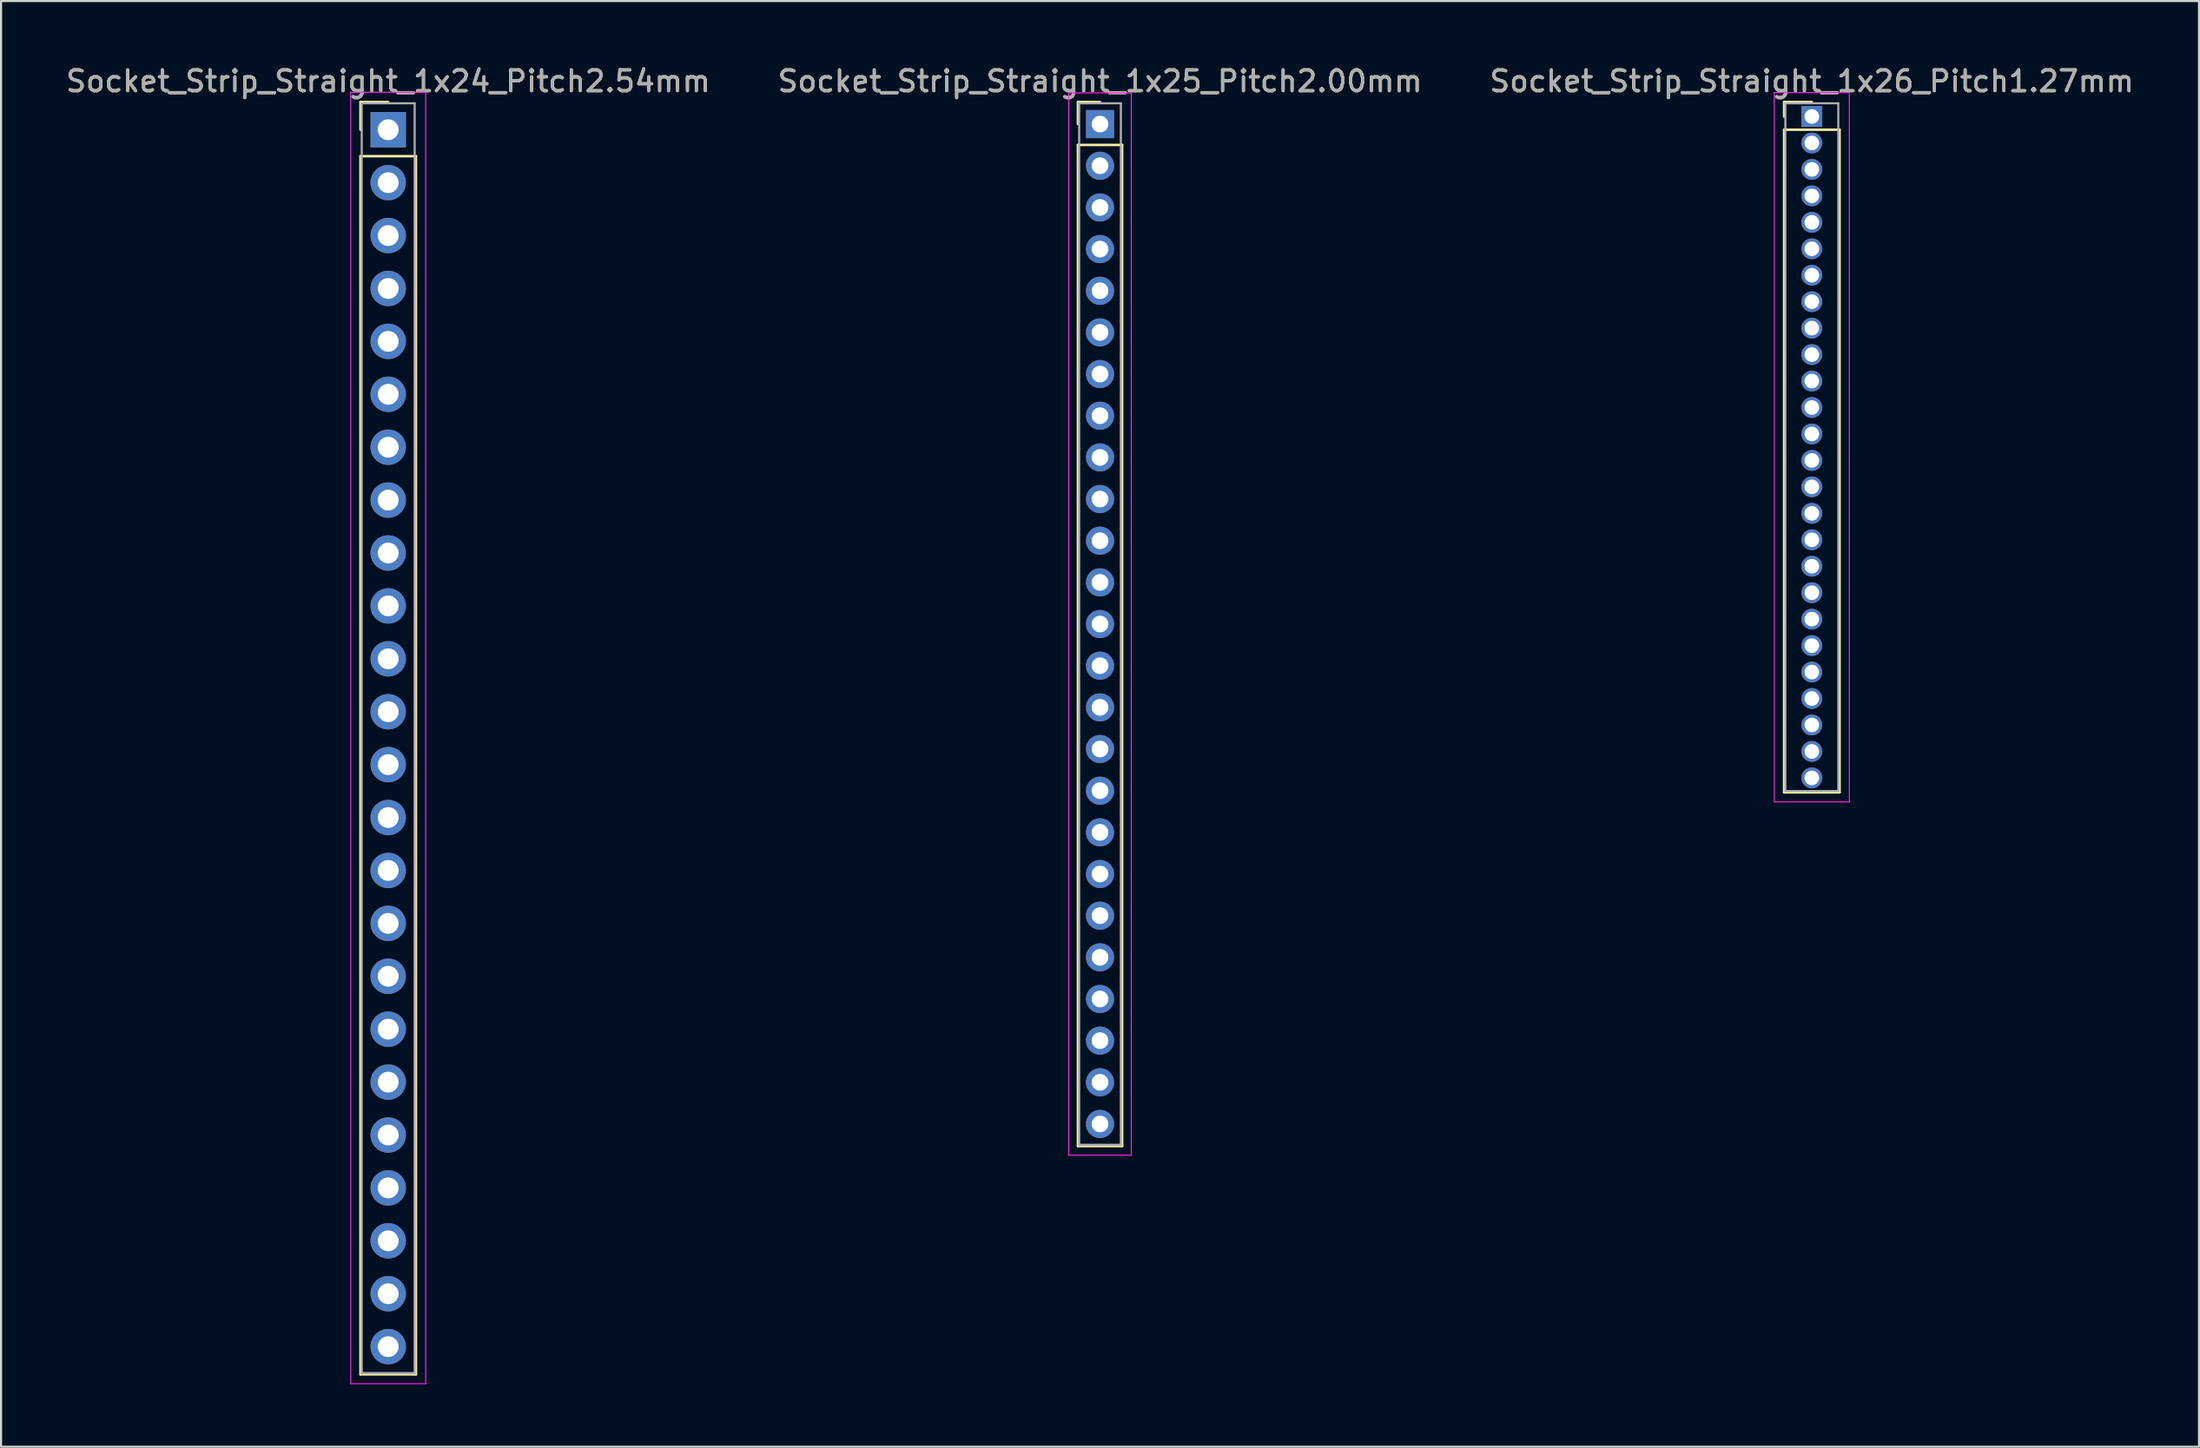
<source format=kicad_pcb>
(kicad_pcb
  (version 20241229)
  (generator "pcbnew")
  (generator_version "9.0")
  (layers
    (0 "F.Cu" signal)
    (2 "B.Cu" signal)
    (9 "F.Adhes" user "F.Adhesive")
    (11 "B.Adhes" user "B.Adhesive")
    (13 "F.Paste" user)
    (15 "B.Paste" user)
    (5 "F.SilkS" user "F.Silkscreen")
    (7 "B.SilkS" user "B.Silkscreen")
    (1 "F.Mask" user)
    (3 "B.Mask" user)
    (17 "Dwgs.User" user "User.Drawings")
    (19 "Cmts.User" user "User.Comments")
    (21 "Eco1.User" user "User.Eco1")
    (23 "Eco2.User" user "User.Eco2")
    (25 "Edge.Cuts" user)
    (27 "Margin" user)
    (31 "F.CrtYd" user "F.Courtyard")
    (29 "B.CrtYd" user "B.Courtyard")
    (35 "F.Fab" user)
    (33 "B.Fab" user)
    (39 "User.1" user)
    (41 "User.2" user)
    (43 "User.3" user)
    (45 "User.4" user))
  (footprint "Socket_Strip_Straight_1x25_Pitch2.00mm"
    (layer "F.Cu")
    (at 49.732 2.908)
    (property "Reference" "Socket_Strip_Straight_1x25_Pitch2.00mm" (at 0 -2.06 0) (layer "F.SilkS") (effects (font (size 1 1) (thickness 0.15))))
    (attr through_hole)
    (fp_line (start -1.06 -1.06) (end 0 -1.06) (stroke (width 0.12) (type solid)) (layer "F.SilkS"))
    (fp_line (start -1.06 0) (end -1.06 -1.06) (stroke (width 0.12) (type solid)) (layer "F.SilkS"))
    (fp_line (start -1.06 1) (end -1.06 49.06) (stroke (width 0.12) (type solid)) (layer "F.SilkS"))
    (fp_line (start -1.06 49.06) (end 1.06 49.06) (stroke (width 0.12) (type solid)) (layer "F.SilkS"))
    (fp_line (start 1.06 1) (end -1.06 1) (stroke (width 0.12) (type solid)) (layer "F.SilkS"))
    (fp_line (start 1.06 49.06) (end 1.06 1) (stroke (width 0.12) (type solid)) (layer "F.SilkS"))
    (fp_line (start -1.5 -1.5) (end -1.5 49.5) (stroke (width 0.05) (type solid)) (layer "F.CrtYd"))
    (fp_line (start -1.5 49.5) (end 1.5 49.5) (stroke (width 0.05) (type solid)) (layer "F.CrtYd"))
    (fp_line (start 1.5 -1.5) (end -1.5 -1.5) (stroke (width 0.05) (type solid)) (layer "F.CrtYd"))
    (fp_line (start 1.5 49.5) (end 1.5 -1.5) (stroke (width 0.05) (type solid)) (layer "F.CrtYd"))
    (fp_line (start -1 -1) (end -1 49) (stroke (width 0.1) (type solid)) (layer "F.Fab"))
    (fp_line (start -1 49) (end 1 49) (stroke (width 0.1) (type solid)) (layer "F.Fab"))
    (fp_line (start 1 -1) (end -1 -1) (stroke (width 0.1) (type solid)) (layer "F.Fab"))
    (fp_line (start 1 49) (end 1 -1) (stroke (width 0.1) (type solid)) (layer "F.Fab"))
    (fp_text user "${REFERENCE}" (at 0 -2.06 0) (layer "F.Fab") (effects (font (size 1 1) (thickness 0.15))))
    (pad "1" thru_hole rect (at 0 0) (size 1.35 1.35) (drill 0.8) (layers "*.Cu" "*.Mask"))
    (pad "2" thru_hole oval (at 0 2) (size 1.35 1.35) (drill 0.8) (layers "*.Cu" "*.Mask"))
    (pad "3" thru_hole oval (at 0 4) (size 1.35 1.35) (drill 0.8) (layers "*.Cu" "*.Mask"))
    (pad "4" thru_hole oval (at 0 6) (size 1.35 1.35) (drill 0.8) (layers "*.Cu" "*.Mask"))
    (pad "5" thru_hole oval (at 0 8) (size 1.35 1.35) (drill 0.8) (layers "*.Cu" "*.Mask"))
    (pad "6" thru_hole oval (at 0 10) (size 1.35 1.35) (drill 0.8) (layers "*.Cu" "*.Mask"))
    (pad "7" thru_hole oval (at 0 12) (size 1.35 1.35) (drill 0.8) (layers "*.Cu" "*.Mask"))
    (pad "8" thru_hole oval (at 0 14) (size 1.35 1.35) (drill 0.8) (layers "*.Cu" "*.Mask"))
    (pad "9" thru_hole oval (at 0 16) (size 1.35 1.35) (drill 0.8) (layers "*.Cu" "*.Mask"))
    (pad "10" thru_hole oval (at 0 18) (size 1.35 1.35) (drill 0.8) (layers "*.Cu" "*.Mask"))
    (pad "11" thru_hole oval (at 0 20) (size 1.35 1.35) (drill 0.8) (layers "*.Cu" "*.Mask"))
    (pad "12" thru_hole oval (at 0 22) (size 1.35 1.35) (drill 0.8) (layers "*.Cu" "*.Mask"))
    (pad "13" thru_hole oval (at 0 24) (size 1.35 1.35) (drill 0.8) (layers "*.Cu" "*.Mask"))
    (pad "14" thru_hole oval (at 0 26) (size 1.35 1.35) (drill 0.8) (layers "*.Cu" "*.Mask"))
    (pad "15" thru_hole oval (at 0 28) (size 1.35 1.35) (drill 0.8) (layers "*.Cu" "*.Mask"))
    (pad "16" thru_hole oval (at 0 30) (size 1.35 1.35) (drill 0.8) (layers "*.Cu" "*.Mask"))
    (pad "17" thru_hole oval (at 0 32) (size 1.35 1.35) (drill 0.8) (layers "*.Cu" "*.Mask"))
    (pad "18" thru_hole oval (at 0 34) (size 1.35 1.35) (drill 0.8) (layers "*.Cu" "*.Mask"))
    (pad "19" thru_hole oval (at 0 36) (size 1.35 1.35) (drill 0.8) (layers "*.Cu" "*.Mask"))
    (pad "20" thru_hole oval (at 0 38) (size 1.35 1.35) (drill 0.8) (layers "*.Cu" "*.Mask"))
    (pad "21" thru_hole oval (at 0 40) (size 1.35 1.35) (drill 0.8) (layers "*.Cu" "*.Mask"))
    (pad "22" thru_hole oval (at 0 42) (size 1.35 1.35) (drill 0.8) (layers "*.Cu" "*.Mask"))
    (pad "23" thru_hole oval (at 0 44) (size 1.35 1.35) (drill 0.8) (layers "*.Cu" "*.Mask"))
    (pad "24" thru_hole oval (at 0 46) (size 1.35 1.35) (drill 0.8) (layers "*.Cu" "*.Mask"))
    (pad "25" thru_hole oval (at 0 48) (size 1.35 1.35) (drill 0.8) (layers "*.Cu" "*.Mask")))
  (footprint "Socket_Strip_Straight_1x24_Pitch2.54mm"
    (layer "F.Cu")
    (at 15.577 3.178)
    (property "Reference" "Socket_Strip_Straight_1x24_Pitch2.54mm" (at 0 -2.33 0) (layer "F.SilkS") (effects (font (size 1 1) (thickness 0.15))))
    (attr through_hole)
    (fp_line (start -1.33 -1.33) (end 0 -1.33) (stroke (width 0.12) (type solid)) (layer "F.SilkS"))
    (fp_line (start -1.33 0) (end -1.33 -1.33) (stroke (width 0.12) (type solid)) (layer "F.SilkS"))
    (fp_line (start -1.33 1.27) (end -1.33 59.75) (stroke (width 0.12) (type solid)) (layer "F.SilkS"))
    (fp_line (start -1.33 59.75) (end 1.33 59.75) (stroke (width 0.12) (type solid)) (layer "F.SilkS"))
    (fp_line (start 1.33 1.27) (end -1.33 1.27) (stroke (width 0.12) (type solid)) (layer "F.SilkS"))
    (fp_line (start 1.33 59.75) (end 1.33 1.27) (stroke (width 0.12) (type solid)) (layer "F.SilkS"))
    (fp_line (start -1.8 -1.8) (end -1.8 60.2) (stroke (width 0.05) (type solid)) (layer "F.CrtYd"))
    (fp_line (start -1.8 60.2) (end 1.8 60.2) (stroke (width 0.05) (type solid)) (layer "F.CrtYd"))
    (fp_line (start 1.8 -1.8) (end -1.8 -1.8) (stroke (width 0.05) (type solid)) (layer "F.CrtYd"))
    (fp_line (start 1.8 60.2) (end 1.8 -1.8) (stroke (width 0.05) (type solid)) (layer "F.CrtYd"))
    (fp_line (start -1.27 -1.27) (end -1.27 59.69) (stroke (width 0.1) (type solid)) (layer "F.Fab"))
    (fp_line (start -1.27 59.69) (end 1.27 59.69) (stroke (width 0.1) (type solid)) (layer "F.Fab"))
    (fp_line (start 1.27 -1.27) (end -1.27 -1.27) (stroke (width 0.1) (type solid)) (layer "F.Fab"))
    (fp_line (start 1.27 59.69) (end 1.27 -1.27) (stroke (width 0.1) (type solid)) (layer "F.Fab"))
    (fp_text user "${REFERENCE}" (at 0 -2.33 0) (layer "F.Fab") (effects (font (size 1 1) (thickness 0.15))))
    (pad "1" thru_hole rect (at 0 0) (size 1.7 1.7) (drill 1) (layers "*.Cu" "*.Mask"))
    (pad "2" thru_hole oval (at 0 2.54) (size 1.7 1.7) (drill 1) (layers "*.Cu" "*.Mask"))
    (pad "3" thru_hole oval (at 0 5.08) (size 1.7 1.7) (drill 1) (layers "*.Cu" "*.Mask"))
    (pad "4" thru_hole oval (at 0 7.62) (size 1.7 1.7) (drill 1) (layers "*.Cu" "*.Mask"))
    (pad "5" thru_hole oval (at 0 10.16) (size 1.7 1.7) (drill 1) (layers "*.Cu" "*.Mask"))
    (pad "6" thru_hole oval (at 0 12.7) (size 1.7 1.7) (drill 1) (layers "*.Cu" "*.Mask"))
    (pad "7" thru_hole oval (at 0 15.24) (size 1.7 1.7) (drill 1) (layers "*.Cu" "*.Mask"))
    (pad "8" thru_hole oval (at 0 17.78) (size 1.7 1.7) (drill 1) (layers "*.Cu" "*.Mask"))
    (pad "9" thru_hole oval (at 0 20.32) (size 1.7 1.7) (drill 1) (layers "*.Cu" "*.Mask"))
    (pad "10" thru_hole oval (at 0 22.86) (size 1.7 1.7) (drill 1) (layers "*.Cu" "*.Mask"))
    (pad "11" thru_hole oval (at 0 25.4) (size 1.7 1.7) (drill 1) (layers "*.Cu" "*.Mask"))
    (pad "12" thru_hole oval (at 0 27.94) (size 1.7 1.7) (drill 1) (layers "*.Cu" "*.Mask"))
    (pad "13" thru_hole oval (at 0 30.48) (size 1.7 1.7) (drill 1) (layers "*.Cu" "*.Mask"))
    (pad "14" thru_hole oval (at 0 33.02) (size 1.7 1.7) (drill 1) (layers "*.Cu" "*.Mask"))
    (pad "15" thru_hole oval (at 0 35.56) (size 1.7 1.7) (drill 1) (layers "*.Cu" "*.Mask"))
    (pad "16" thru_hole oval (at 0 38.1) (size 1.7 1.7) (drill 1) (layers "*.Cu" "*.Mask"))
    (pad "17" thru_hole oval (at 0 40.64) (size 1.7 1.7) (drill 1) (layers "*.Cu" "*.Mask"))
    (pad "18" thru_hole oval (at 0 43.18) (size 1.7 1.7) (drill 1) (layers "*.Cu" "*.Mask"))
    (pad "19" thru_hole oval (at 0 45.72) (size 1.7 1.7) (drill 1) (layers "*.Cu" "*.Mask"))
    (pad "20" thru_hole oval (at 0 48.26) (size 1.7 1.7) (drill 1) (layers "*.Cu" "*.Mask"))
    (pad "21" thru_hole oval (at 0 50.8) (size 1.7 1.7) (drill 1) (layers "*.Cu" "*.Mask"))
    (pad "22" thru_hole oval (at 0 53.34) (size 1.7 1.7) (drill 1) (layers "*.Cu" "*.Mask"))
    (pad "23" thru_hole oval (at 0 55.88) (size 1.7 1.7) (drill 1) (layers "*.Cu" "*.Mask"))
    (pad "24" thru_hole oval (at 0 58.42) (size 1.7 1.7) (drill 1) (layers "*.Cu" "*.Mask")))
  (footprint "Socket_Strip_Straight_1x26_Pitch1.27mm"
    (layer "F.Cu")
    (at 83.887 2.543)
    (property "Reference" "Socket_Strip_Straight_1x26_Pitch1.27mm" (at 0 -1.695 0) (layer "F.SilkS") (effects (font (size 1 1) (thickness 0.15))))
    (attr through_hole)
    (fp_line (start -1.33 -0.695) (end 0 -0.695) (stroke (width 0.12) (type solid)) (layer "F.SilkS"))
    (fp_line (start -1.33 0) (end -1.33 -0.695) (stroke (width 0.12) (type solid)) (layer "F.SilkS"))
    (fp_line (start -1.33 0.635) (end -1.33 32.445) (stroke (width 0.12) (type solid)) (layer "F.SilkS"))
    (fp_line (start -1.33 32.445) (end 1.33 32.445) (stroke (width 0.12) (type solid)) (layer "F.SilkS"))
    (fp_line (start 1.33 0.635) (end -1.33 0.635) (stroke (width 0.12) (type solid)) (layer "F.SilkS"))
    (fp_line (start 1.33 32.445) (end 1.33 0.635) (stroke (width 0.12) (type solid)) (layer "F.SilkS"))
    (fp_line (start -1.8 -1.15) (end -1.8 32.9) (stroke (width 0.05) (type solid)) (layer "F.CrtYd"))
    (fp_line (start -1.8 32.9) (end 1.8 32.9) (stroke (width 0.05) (type solid)) (layer "F.CrtYd"))
    (fp_line (start 1.8 -1.15) (end -1.8 -1.15) (stroke (width 0.05) (type solid)) (layer "F.CrtYd"))
    (fp_line (start 1.8 32.9) (end 1.8 -1.15) (stroke (width 0.05) (type solid)) (layer "F.CrtYd"))
    (fp_line (start -1.27 -0.635) (end -1.27 32.385) (stroke (width 0.1) (type solid)) (layer "F.Fab"))
    (fp_line (start -1.27 32.385) (end 1.27 32.385) (stroke (width 0.1) (type solid)) (layer "F.Fab"))
    (fp_line (start 1.27 -0.635) (end -1.27 -0.635) (stroke (width 0.1) (type solid)) (layer "F.Fab"))
    (fp_line (start 1.27 32.385) (end 1.27 -0.635) (stroke (width 0.1) (type solid)) (layer "F.Fab"))
    (fp_text user "${REFERENCE}" (at 0 -1.695 0) (layer "F.Fab") (effects (font (size 1 1) (thickness 0.15))))
    (pad "1" thru_hole rect (at 0 0) (size 1 1) (drill 0.7) (layers "*.Cu" "*.Mask"))
    (pad "2" thru_hole oval (at 0 1.27) (size 1 1) (drill 0.7) (layers "*.Cu" "*.Mask"))
    (pad "3" thru_hole oval (at 0 2.54) (size 1 1) (drill 0.7) (layers "*.Cu" "*.Mask"))
    (pad "4" thru_hole oval (at 0 3.81) (size 1 1) (drill 0.7) (layers "*.Cu" "*.Mask"))
    (pad "5" thru_hole oval (at 0 5.08) (size 1 1) (drill 0.7) (layers "*.Cu" "*.Mask"))
    (pad "6" thru_hole oval (at 0 6.35) (size 1 1) (drill 0.7) (layers "*.Cu" "*.Mask"))
    (pad "7" thru_hole oval (at 0 7.62) (size 1 1) (drill 0.7) (layers "*.Cu" "*.Mask"))
    (pad "8" thru_hole oval (at 0 8.89) (size 1 1) (drill 0.7) (layers "*.Cu" "*.Mask"))
    (pad "9" thru_hole oval (at 0 10.16) (size 1 1) (drill 0.7) (layers "*.Cu" "*.Mask"))
    (pad "10" thru_hole oval (at 0 11.43) (size 1 1) (drill 0.7) (layers "*.Cu" "*.Mask"))
    (pad "11" thru_hole oval (at 0 12.7) (size 1 1) (drill 0.7) (layers "*.Cu" "*.Mask"))
    (pad "12" thru_hole oval (at 0 13.97) (size 1 1) (drill 0.7) (layers "*.Cu" "*.Mask"))
    (pad "13" thru_hole oval (at 0 15.24) (size 1 1) (drill 0.7) (layers "*.Cu" "*.Mask"))
    (pad "14" thru_hole oval (at 0 16.51) (size 1 1) (drill 0.7) (layers "*.Cu" "*.Mask"))
    (pad "15" thru_hole oval (at 0 17.78) (size 1 1) (drill 0.7) (layers "*.Cu" "*.Mask"))
    (pad "16" thru_hole oval (at 0 19.05) (size 1 1) (drill 0.7) (layers "*.Cu" "*.Mask"))
    (pad "17" thru_hole oval (at 0 20.32) (size 1 1) (drill 0.7) (layers "*.Cu" "*.Mask"))
    (pad "18" thru_hole oval (at 0 21.59) (size 1 1) (drill 0.7) (layers "*.Cu" "*.Mask"))
    (pad "19" thru_hole oval (at 0 22.86) (size 1 1) (drill 0.7) (layers "*.Cu" "*.Mask"))
    (pad "20" thru_hole oval (at 0 24.13) (size 1 1) (drill 0.7) (layers "*.Cu" "*.Mask"))
    (pad "21" thru_hole oval (at 0 25.4) (size 1 1) (drill 0.7) (layers "*.Cu" "*.Mask"))
    (pad "22" thru_hole oval (at 0 26.67) (size 1 1) (drill 0.7) (layers "*.Cu" "*.Mask"))
    (pad "23" thru_hole oval (at 0 27.94) (size 1 1) (drill 0.7) (layers "*.Cu" "*.Mask"))
    (pad "24" thru_hole oval (at 0 29.21) (size 1 1) (drill 0.7) (layers "*.Cu" "*.Mask"))
    (pad "25" thru_hole oval (at 0 30.48) (size 1 1) (drill 0.7) (layers "*.Cu" "*.Mask"))
    (pad "26" thru_hole oval (at 0 31.75) (size 1 1) (drill 0.7) (layers "*.Cu" "*.Mask")))
  (gr_rect
    (start -3 -3)
    (end 102.464 66.403)
    (stroke (width 0.1) (type default))
    (fill no)
    (layer "Edge.Cuts")))
</source>
